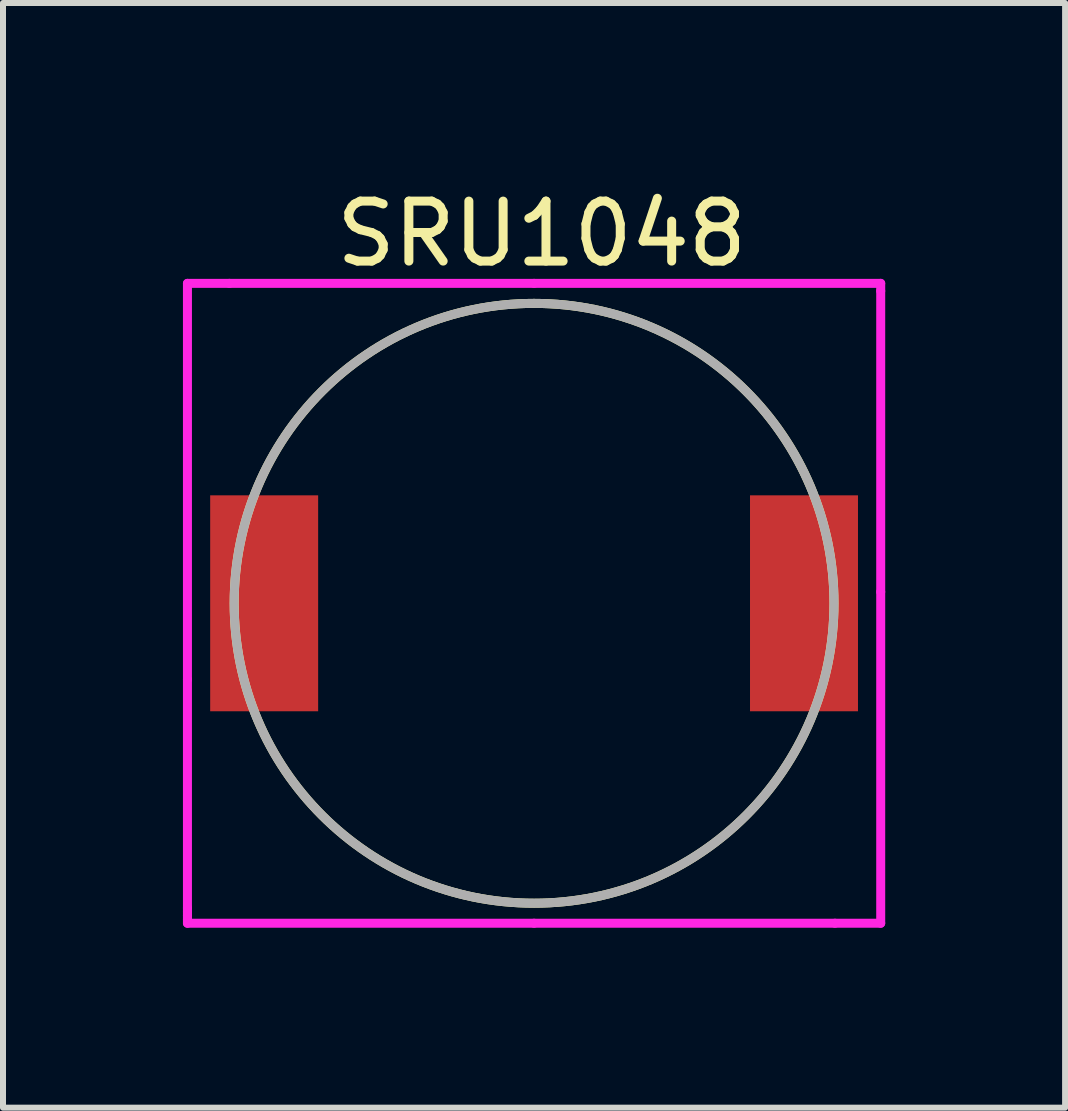
<source format=kicad_pcb>
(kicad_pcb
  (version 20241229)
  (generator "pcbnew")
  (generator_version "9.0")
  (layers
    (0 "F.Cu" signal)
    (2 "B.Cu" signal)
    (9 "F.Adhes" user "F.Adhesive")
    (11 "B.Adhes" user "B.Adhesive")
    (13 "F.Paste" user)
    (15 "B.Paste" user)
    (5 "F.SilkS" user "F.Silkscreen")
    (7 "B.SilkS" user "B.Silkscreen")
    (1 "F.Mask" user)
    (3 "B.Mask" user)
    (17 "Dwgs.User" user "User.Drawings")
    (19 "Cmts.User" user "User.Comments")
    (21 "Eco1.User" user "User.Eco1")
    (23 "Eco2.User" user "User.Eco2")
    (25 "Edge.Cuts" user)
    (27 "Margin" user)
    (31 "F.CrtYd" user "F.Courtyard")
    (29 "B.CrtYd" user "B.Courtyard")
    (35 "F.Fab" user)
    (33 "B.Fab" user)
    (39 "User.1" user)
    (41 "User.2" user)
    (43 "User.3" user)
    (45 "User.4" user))
  (footprint "SRU1048"
    (layer "F.Cu")
    (at 5.854 7.008)
    (property "Reference" "SRU1048" (at 0.127 -6.16 0) (layer "F.SilkS") (effects (font (size 1 1) (thickness 0.15))))
    (attr through_hole)
    (fp_circle (center 0 0) (end 5 0) (stroke (width 0.15) (type solid)) (fill no) (layer "F.SilkS"))
    (fp_line (start -5.779 -5.334) (end -5.779 1.27) (stroke (width 0.15) (type solid)) (layer "F.CrtYd"))
    (fp_line (start -5.779 1.27) (end -5.779 5.08) (stroke (width 0.15) (type solid)) (layer "F.CrtYd"))
    (fp_line (start -5.779 5.08) (end -5.779 5.144) (stroke (width 0.15) (type solid)) (layer "F.CrtYd"))
    (fp_line (start -5.779 5.144) (end -5.779 5.207) (stroke (width 0.15) (type solid)) (layer "F.CrtYd"))
    (fp_line (start -5.779 5.207) (end -5.779 5.271) (stroke (width 0.15) (type solid)) (layer "F.CrtYd"))
    (fp_line (start -5.779 5.271) (end -5.779 5.334) (stroke (width 0.15) (type solid)) (layer "F.CrtYd"))
    (fp_line (start -5.779 5.334) (end 0 5.334) (stroke (width 0.15) (type solid)) (layer "F.CrtYd"))
    (fp_line (start -5.08 -5.334) (end -5.779 -5.334) (stroke (width 0.15) (type solid)) (layer "F.CrtYd"))
    (fp_line (start 0 -5.334) (end -5.08 -5.334) (stroke (width 0.15) (type solid)) (layer "F.CrtYd"))
    (fp_line (start 0 5.334) (end 5.016 5.334) (stroke (width 0.15) (type solid)) (layer "F.CrtYd"))
    (fp_line (start 5.016 5.334) (end 5.779 5.334) (stroke (width 0.15) (type solid)) (layer "F.CrtYd"))
    (fp_line (start 5.779 -5.334) (end 0 -5.334) (stroke (width 0.15) (type solid)) (layer "F.CrtYd"))
    (fp_line (start 5.779 -5.207) (end 5.779 -5.334) (stroke (width 0.15) (type solid)) (layer "F.CrtYd"))
    (fp_line (start 5.779 -0.191) (end 5.779 -5.207) (stroke (width 0.15) (type solid)) (layer "F.CrtYd"))
    (fp_line (start 5.779 5.334) (end 5.779 -0.191) (stroke (width 0.15) (type solid)) (layer "F.CrtYd"))
    (fp_circle (center 0 0) (end 5 0) (stroke (width 0.15) (type solid)) (fill no) (layer "F.Fab"))
    (pad "1" smd rect (at -4.5 0) (size 1.8 3.6) (layers "F.Cu" "F.Mask" "F.Paste"))
    (pad "2" smd rect (at 4.5 0) (size 1.8 3.6) (layers "F.Cu" "F.Mask" "F.Paste")))
  (gr_rect
    (start -3 -3)
    (end 14.707 15.417)
    (stroke (width 0.1) (type default))
    (fill no)
    (layer "Edge.Cuts")))
</source>
